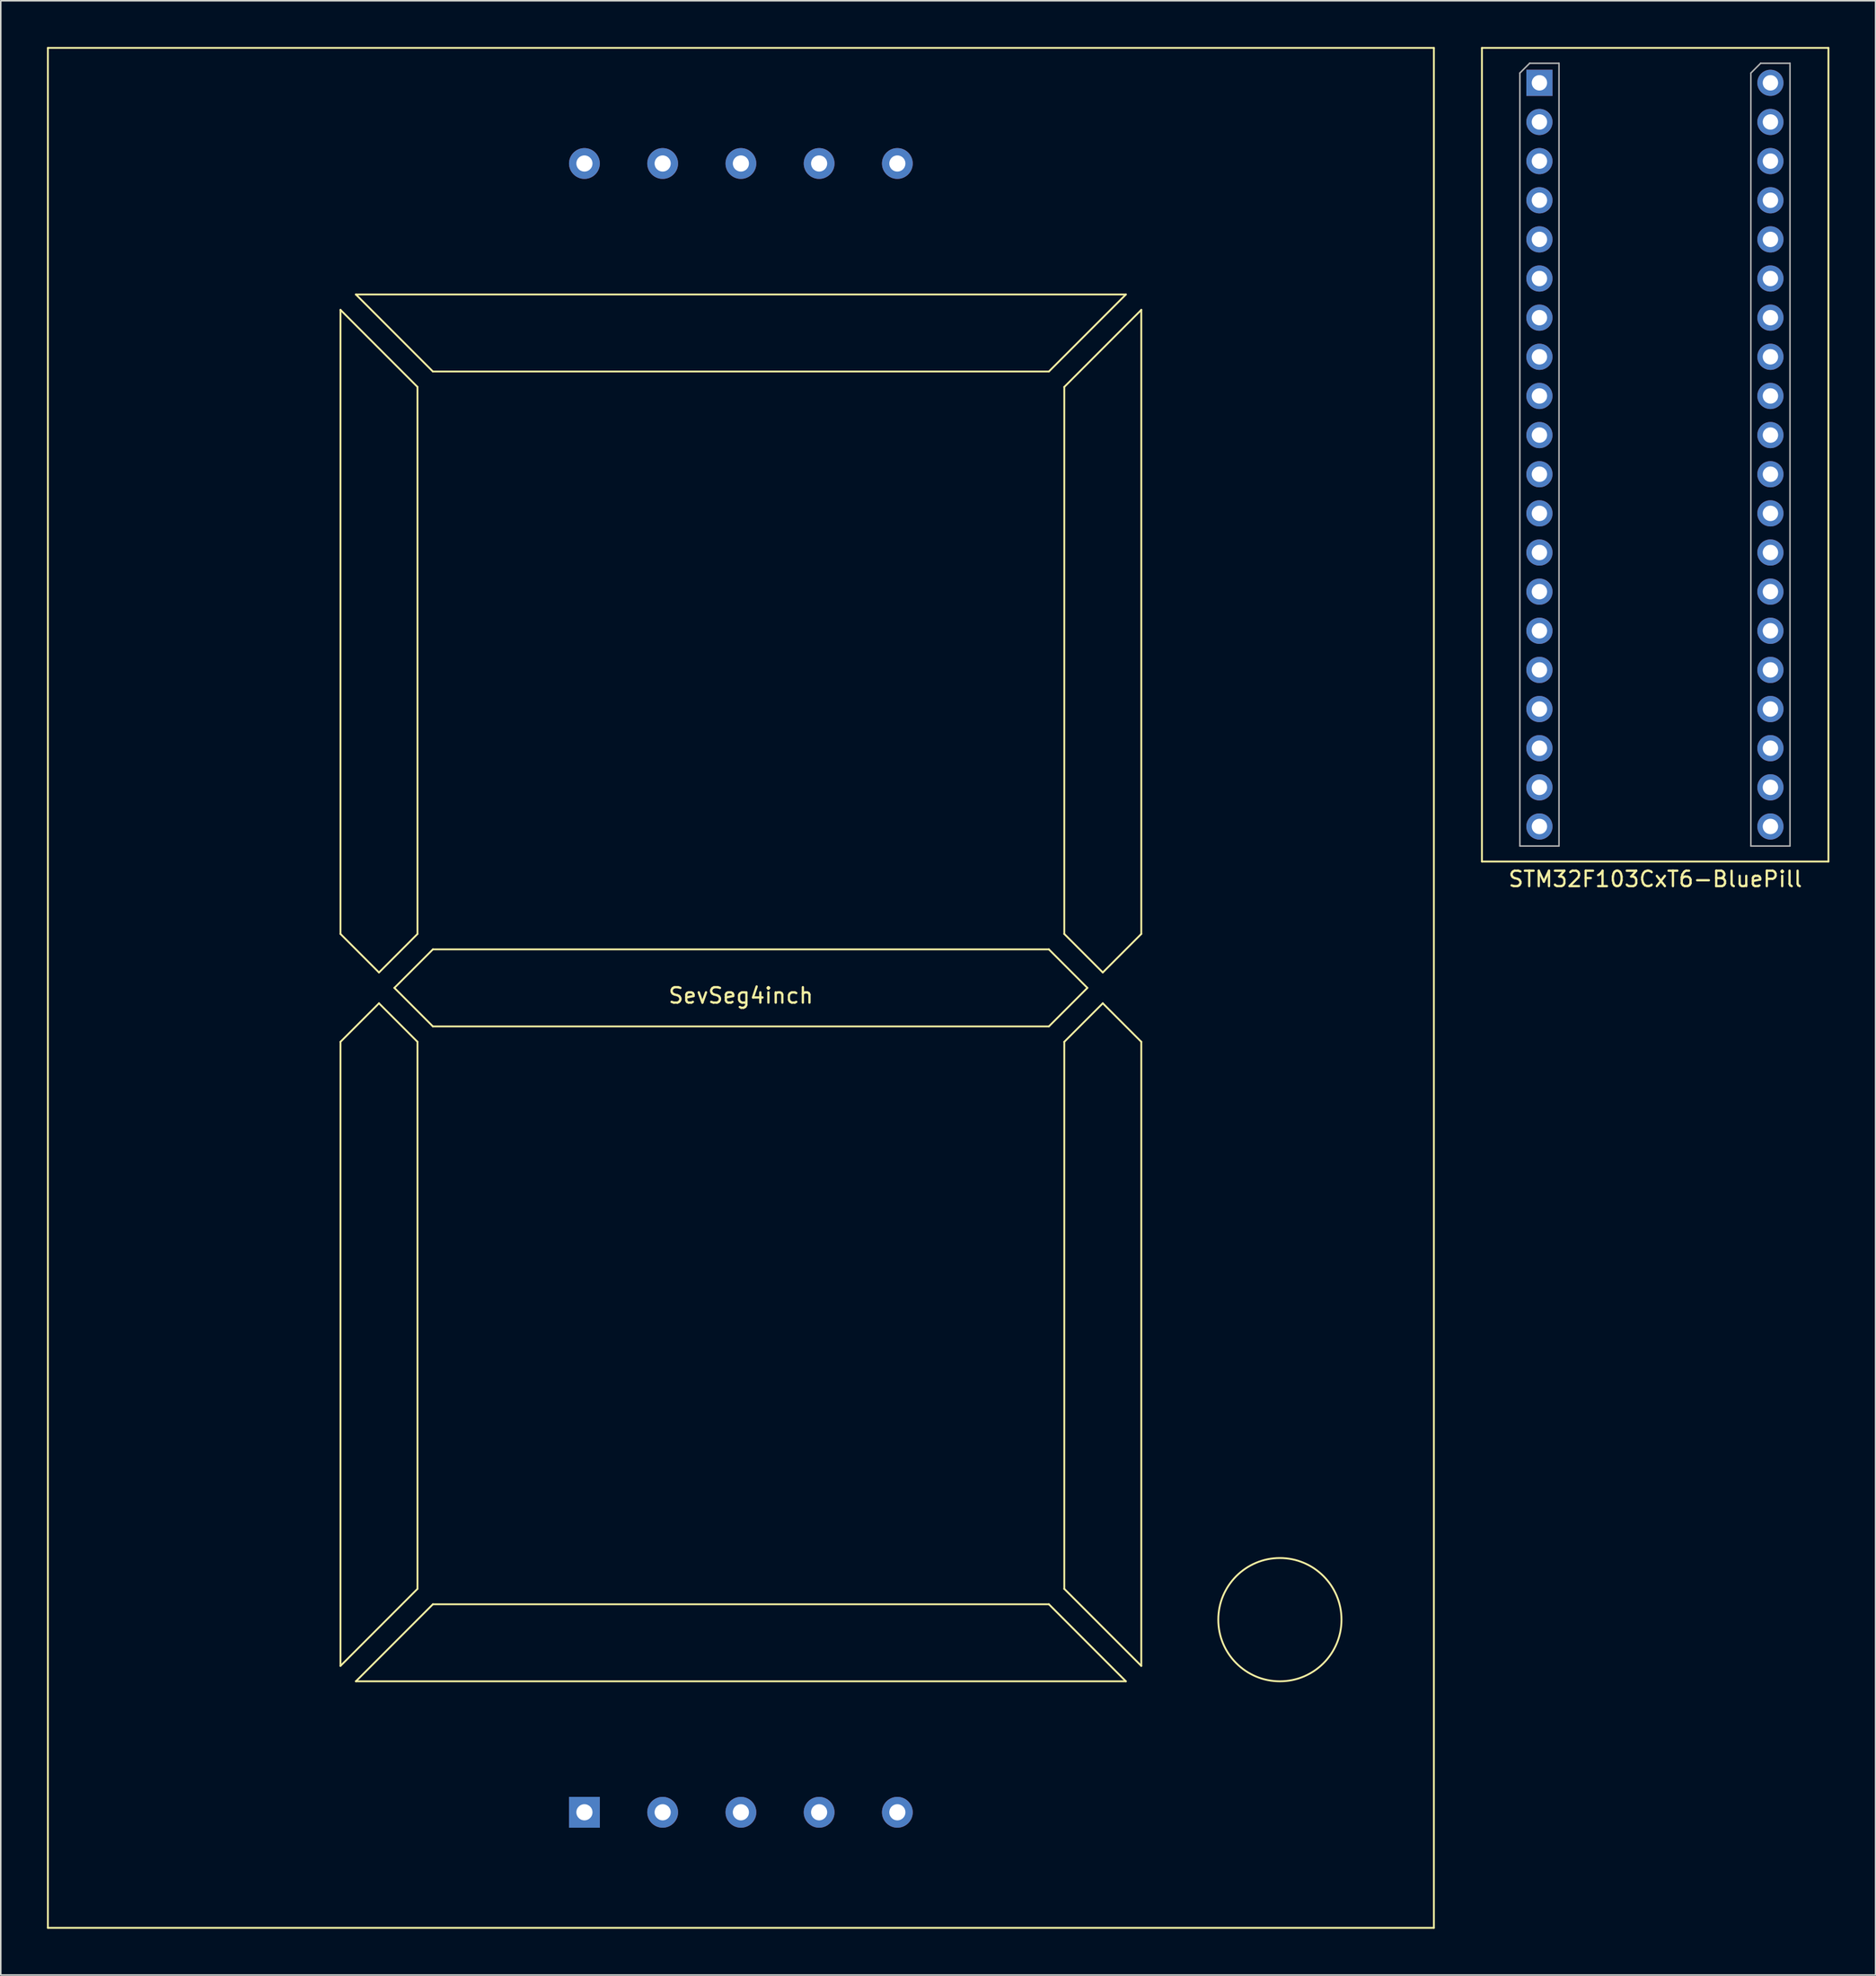
<source format=kicad_pcb>
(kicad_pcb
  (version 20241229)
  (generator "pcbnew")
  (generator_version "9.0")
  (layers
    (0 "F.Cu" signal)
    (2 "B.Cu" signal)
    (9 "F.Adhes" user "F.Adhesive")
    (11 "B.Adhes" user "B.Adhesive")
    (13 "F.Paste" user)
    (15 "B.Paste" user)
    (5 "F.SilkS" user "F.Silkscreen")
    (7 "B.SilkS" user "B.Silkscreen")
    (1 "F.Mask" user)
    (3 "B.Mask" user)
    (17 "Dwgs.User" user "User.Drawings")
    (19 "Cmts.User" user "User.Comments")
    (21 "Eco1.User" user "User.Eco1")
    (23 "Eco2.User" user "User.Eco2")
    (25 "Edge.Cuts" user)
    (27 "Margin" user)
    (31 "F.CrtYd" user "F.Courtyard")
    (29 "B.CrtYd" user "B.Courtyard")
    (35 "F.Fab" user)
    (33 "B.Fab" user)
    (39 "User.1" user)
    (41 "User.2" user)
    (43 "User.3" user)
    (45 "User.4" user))
  (footprint "SevSeg4inch"
    (layer "F.Cu")
    (at 45.06 61.06)
    (property "Reference" "SevSeg4inch" (at 0 0.5 0) (layer "F.SilkS") (effects (font (size 1 1) (thickness 0.15))))
    (attr through_hole)
    (fp_line (start -45 -61) (end 45 -61) (stroke (width 0.12) (type solid)) (layer "F.SilkS"))
    (fp_line (start -45 61) (end -45 -61) (stroke (width 0.12) (type solid)) (layer "F.SilkS"))
    (fp_line (start -26 -44) (end -26 -3.5) (stroke (width 0.12) (type solid)) (layer "F.SilkS"))
    (fp_line (start -26 -44) (end -21 -39) (stroke (width 0.12) (type solid)) (layer "F.SilkS"))
    (fp_line (start -26 -3.5) (end -23.5 -1) (stroke (width 0.12) (type solid)) (layer "F.SilkS"))
    (fp_line (start -26 3.5) (end -23.5 1) (stroke (width 0.12) (type solid)) (layer "F.SilkS"))
    (fp_line (start -26 44) (end -26 3.5) (stroke (width 0.12) (type solid)) (layer "F.SilkS"))
    (fp_line (start -25 -45) (end 25 -45) (stroke (width 0.12) (type solid)) (layer "F.SilkS"))
    (fp_line (start -25 45) (end 25 45) (stroke (width 0.12) (type solid)) (layer "F.SilkS"))
    (fp_line (start -23.5 1) (end -21 3.5) (stroke (width 0.12) (type solid)) (layer "F.SilkS"))
    (fp_line (start -22.5 0) (end -20 -2.5) (stroke (width 0.12) (type solid)) (layer "F.SilkS"))
    (fp_line (start -21 -39) (end -21 -3.5) (stroke (width 0.12) (type solid)) (layer "F.SilkS"))
    (fp_line (start -21 -3.5) (end -23.5 -1) (stroke (width 0.12) (type solid)) (layer "F.SilkS"))
    (fp_line (start -21 3.5) (end -21 39) (stroke (width 0.12) (type solid)) (layer "F.SilkS"))
    (fp_line (start -21 39) (end -26 44) (stroke (width 0.12) (type solid)) (layer "F.SilkS"))
    (fp_line (start -20 -40) (end -25 -45) (stroke (width 0.12) (type solid)) (layer "F.SilkS"))
    (fp_line (start -20 -2.5) (end 20 -2.5) (stroke (width 0.12) (type solid)) (layer "F.SilkS"))
    (fp_line (start -20 2.5) (end -22.5 0) (stroke (width 0.12) (type solid)) (layer "F.SilkS"))
    (fp_line (start -20 40) (end -25 45) (stroke (width 0.12) (type solid)) (layer "F.SilkS"))
    (fp_line (start 20 -40) (end -20 -40) (stroke (width 0.12) (type solid)) (layer "F.SilkS"))
    (fp_line (start 20 -2.5) (end 22.5 0) (stroke (width 0.12) (type solid)) (layer "F.SilkS"))
    (fp_line (start 20 2.5) (end -20 2.5) (stroke (width 0.12) (type solid)) (layer "F.SilkS"))
    (fp_line (start 20 40) (end -20 40) (stroke (width 0.12) (type solid)) (layer "F.SilkS"))
    (fp_line (start 21 -3.5) (end 21 -39) (stroke (width 0.12) (type solid)) (layer "F.SilkS"))
    (fp_line (start 21 3.5) (end 21 39) (stroke (width 0.12) (type solid)) (layer "F.SilkS"))
    (fp_line (start 21 39) (end 26 44) (stroke (width 0.12) (type solid)) (layer "F.SilkS"))
    (fp_line (start 22.5 0) (end 20 2.5) (stroke (width 0.12) (type solid)) (layer "F.SilkS"))
    (fp_line (start 23.5 -1) (end 21 -3.5) (stroke (width 0.12) (type solid)) (layer "F.SilkS"))
    (fp_line (start 23.5 1) (end 21 3.5) (stroke (width 0.12) (type solid)) (layer "F.SilkS"))
    (fp_line (start 25 -45) (end 20 -40) (stroke (width 0.12) (type solid)) (layer "F.SilkS"))
    (fp_line (start 25 45) (end 20 40) (stroke (width 0.12) (type solid)) (layer "F.SilkS"))
    (fp_line (start 26 -44) (end 21 -39) (stroke (width 0.12) (type solid)) (layer "F.SilkS"))
    (fp_line (start 26 -44) (end 26 -3.5) (stroke (width 0.12) (type solid)) (layer "F.SilkS"))
    (fp_line (start 26 -3.5) (end 23.5 -1) (stroke (width 0.12) (type solid)) (layer "F.SilkS"))
    (fp_line (start 26 3.5) (end 23.5 1) (stroke (width 0.12) (type solid)) (layer "F.SilkS"))
    (fp_line (start 26 44) (end 26 3.5) (stroke (width 0.12) (type solid)) (layer "F.SilkS"))
    (fp_line (start 45 -61) (end 45 61) (stroke (width 0.12) (type solid)) (layer "F.SilkS"))
    (fp_line (start 45 61) (end -45 61) (stroke (width 0.12) (type solid)) (layer "F.SilkS"))
    (fp_circle (center 35 41) (end 39 41) (stroke (width 0.12) (type solid)) (fill no) (layer "F.SilkS"))
    (pad "1" thru_hole rect (at -10.16 53.5) (size 2 2) (drill 1.05) (layers "*.Cu" "*.Mask"))
    (pad "2" thru_hole circle (at -5.08 53.5) (size 2 2) (drill 1.05) (layers "*.Cu" "*.Mask"))
    (pad "3" thru_hole circle (at 0 53.5) (size 2 2) (drill 1.05) (layers "*.Cu" "*.Mask"))
    (pad "4" thru_hole circle (at 5.08 53.5) (size 2 2) (drill 1.05) (layers "*.Cu" "*.Mask"))
    (pad "5" thru_hole circle (at 10.16 53.5) (size 2 2) (drill 1.05) (layers "*.Cu" "*.Mask"))
    (pad "6" thru_hole circle (at 10.16 -53.5) (size 2 2) (drill 1.05) (layers "*.Cu" "*.Mask"))
    (pad "7" thru_hole circle (at 5.08 -53.5) (size 2 2) (drill 1.05) (layers "*.Cu" "*.Mask"))
    (pad "8" thru_hole circle (at 0 -53.5) (size 2 2) (drill 1.05) (layers "*.Cu" "*.Mask"))
    (pad "9" thru_hole circle (at -5.08 -53.5) (size 2 2) (drill 1.05) (layers "*.Cu" "*.Mask"))
    (pad "10" thru_hole circle (at -10.16 -53.5) (size 2 2) (drill 1.05) (layers "*.Cu" "*.Mask")))
  (footprint "STM32F103CxT6-BluePill"
    (layer "F.Cu")
    (at 104.43 26.46)
    (property "Reference" "STM32F103CxT6-BluePill" (at 0.01 27.54 0) (layer "F.SilkS") (effects (font (size 1 1) (thickness 0.15))))
    (attr through_hole)
    (fp_line (start -11.25 -26.4) (end 11.25 -26.4) (stroke (width 0.12) (type solid)) (layer "F.SilkS"))
    (fp_line (start -11.25 26.4) (end -11.25 -26.4) (stroke (width 0.12) (type solid)) (layer "F.SilkS"))
    (fp_line (start 11.25 -26.4) (end 11.25 26.4) (stroke (width 0.12) (type solid)) (layer "F.SilkS"))
    (fp_line (start 11.25 26.4) (end -11.25 26.4) (stroke (width 0.12) (type solid)) (layer "F.SilkS"))
    (fp_line (start -8.787 -24.77) (end -8.152 -25.405) (stroke (width 0.1) (type solid)) (layer "F.Fab"))
    (fp_line (start -8.787 25.395) (end -8.787 -24.77) (stroke (width 0.1) (type solid)) (layer "F.Fab"))
    (fp_line (start -8.152 -25.405) (end -6.247 -25.405) (stroke (width 0.1) (type solid)) (layer "F.Fab"))
    (fp_line (start -6.247 -25.405) (end -6.247 25.395) (stroke (width 0.1) (type solid)) (layer "F.Fab"))
    (fp_line (start -6.247 25.395) (end -8.787 25.395) (stroke (width 0.1) (type solid)) (layer "F.Fab"))
    (fp_line (start 6.213 -24.77) (end 6.848 -25.405) (stroke (width 0.1) (type solid)) (layer "F.Fab"))
    (fp_line (start 6.213 25.395) (end 6.213 -24.77) (stroke (width 0.1) (type solid)) (layer "F.Fab"))
    (fp_line (start 6.848 -25.405) (end 8.753 -25.405) (stroke (width 0.1) (type solid)) (layer "F.Fab"))
    (fp_line (start 8.753 -25.405) (end 8.753 25.395) (stroke (width 0.1) (type solid)) (layer "F.Fab"))
    (fp_line (start 8.753 25.395) (end 6.213 25.395) (stroke (width 0.1) (type solid)) (layer "F.Fab"))
    (pad "1" thru_hole rect (at -7.517 -24.135) (size 1.7 1.7) (drill 1) (layers "*.Cu" "*.Mask"))
    (pad "2" thru_hole oval (at -7.517 -21.595) (size 1.7 1.7) (drill 1) (layers "*.Cu" "*.Mask"))
    (pad "3" thru_hole oval (at -7.517 -19.055) (size 1.7 1.7) (drill 1) (layers "*.Cu" "*.Mask"))
    (pad "4" thru_hole oval (at -7.517 -16.515) (size 1.7 1.7) (drill 1) (layers "*.Cu" "*.Mask"))
    (pad "5" thru_hole oval (at -7.517 -13.975) (size 1.7 1.7) (drill 1) (layers "*.Cu" "*.Mask"))
    (pad "6" thru_hole oval (at -7.517 -11.435) (size 1.7 1.7) (drill 1) (layers "*.Cu" "*.Mask"))
    (pad "7" thru_hole oval (at -7.517 -8.895) (size 1.7 1.7) (drill 1) (layers "*.Cu" "*.Mask"))
    (pad "8" thru_hole oval (at -7.517 -6.355) (size 1.7 1.7) (drill 1) (layers "*.Cu" "*.Mask"))
    (pad "9" thru_hole oval (at -7.517 -3.815) (size 1.7 1.7) (drill 1) (layers "*.Cu" "*.Mask"))
    (pad "10" thru_hole oval (at -7.517 -1.275) (size 1.7 1.7) (drill 1) (layers "*.Cu" "*.Mask"))
    (pad "11" thru_hole oval (at -7.517 1.265) (size 1.7 1.7) (drill 1) (layers "*.Cu" "*.Mask"))
    (pad "12" thru_hole oval (at -7.517 3.805) (size 1.7 1.7) (drill 1) (layers "*.Cu" "*.Mask"))
    (pad "13" thru_hole oval (at -7.517 6.345) (size 1.7 1.7) (drill 1) (layers "*.Cu" "*.Mask"))
    (pad "14" thru_hole oval (at -7.517 8.885) (size 1.7 1.7) (drill 1) (layers "*.Cu" "*.Mask"))
    (pad "15" thru_hole oval (at -7.517 11.425) (size 1.7 1.7) (drill 1) (layers "*.Cu" "*.Mask"))
    (pad "16" thru_hole oval (at -7.517 13.965) (size 1.7 1.7) (drill 1) (layers "*.Cu" "*.Mask"))
    (pad "17" thru_hole oval (at -7.517 16.505) (size 1.7 1.7) (drill 1) (layers "*.Cu" "*.Mask"))
    (pad "18" thru_hole oval (at -7.517 19.045) (size 1.7 1.7) (drill 1) (layers "*.Cu" "*.Mask"))
    (pad "19" thru_hole oval (at -7.517 21.585) (size 1.7 1.7) (drill 1) (layers "*.Cu" "*.Mask"))
    (pad "20" thru_hole oval (at -7.517 24.125) (size 1.7 1.7) (drill 1) (layers "*.Cu" "*.Mask"))
    (pad "21" thru_hole oval (at 7.483 24.125) (size 1.7 1.7) (drill 1) (layers "*.Cu" "*.Mask"))
    (pad "22" thru_hole oval (at 7.483 21.585) (size 1.7 1.7) (drill 1) (layers "*.Cu" "*.Mask"))
    (pad "23" thru_hole oval (at 7.483 19.045) (size 1.7 1.7) (drill 1) (layers "*.Cu" "*.Mask"))
    (pad "24" thru_hole oval (at 7.483 16.505) (size 1.7 1.7) (drill 1) (layers "*.Cu" "*.Mask"))
    (pad "25" thru_hole oval (at 7.483 13.965) (size 1.7 1.7) (drill 1) (layers "*.Cu" "*.Mask"))
    (pad "26" thru_hole oval (at 7.483 11.425) (size 1.7 1.7) (drill 1) (layers "*.Cu" "*.Mask"))
    (pad "27" thru_hole oval (at 7.483 8.885) (size 1.7 1.7) (drill 1) (layers "*.Cu" "*.Mask"))
    (pad "28" thru_hole oval (at 7.483 6.345) (size 1.7 1.7) (drill 1) (layers "*.Cu" "*.Mask"))
    (pad "29" thru_hole oval (at 7.483 3.805) (size 1.7 1.7) (drill 1) (layers "*.Cu" "*.Mask"))
    (pad "30" thru_hole oval (at 7.483 1.265) (size 1.7 1.7) (drill 1) (layers "*.Cu" "*.Mask"))
    (pad "31" thru_hole oval (at 7.483 -1.275) (size 1.7 1.7) (drill 1) (layers "*.Cu" "*.Mask"))
    (pad "32" thru_hole oval (at 7.483 -3.815) (size 1.7 1.7) (drill 1) (layers "*.Cu" "*.Mask"))
    (pad "33" thru_hole oval (at 7.483 -6.355) (size 1.7 1.7) (drill 1) (layers "*.Cu" "*.Mask"))
    (pad "34" thru_hole oval (at 7.483 -8.895) (size 1.7 1.7) (drill 1) (layers "*.Cu" "*.Mask"))
    (pad "35" thru_hole oval (at 7.483 -11.435) (size 1.7 1.7) (drill 1) (layers "*.Cu" "*.Mask"))
    (pad "36" thru_hole oval (at 7.483 -13.975) (size 1.7 1.7) (drill 1) (layers "*.Cu" "*.Mask"))
    (pad "37" thru_hole oval (at 7.483 -16.515) (size 1.7 1.7) (drill 1) (layers "*.Cu" "*.Mask"))
    (pad "38" thru_hole oval (at 7.483 -19.055) (size 1.7 1.7) (drill 1) (layers "*.Cu" "*.Mask"))
    (pad "39" thru_hole oval (at 7.483 -21.595) (size 1.7 1.7) (drill 1) (layers "*.Cu" "*.Mask"))
    (pad "40" thru_hole oval (at 7.483 -24.135) (size 1.7 1.7) (drill 1) (layers "*.Cu" "*.Mask")))
  (gr_rect
    (start -3 -3)
    (end 118.74 125.12)
    (stroke (width 0.1) (type default))
    (fill no)
    (layer "Edge.Cuts")))
</source>
